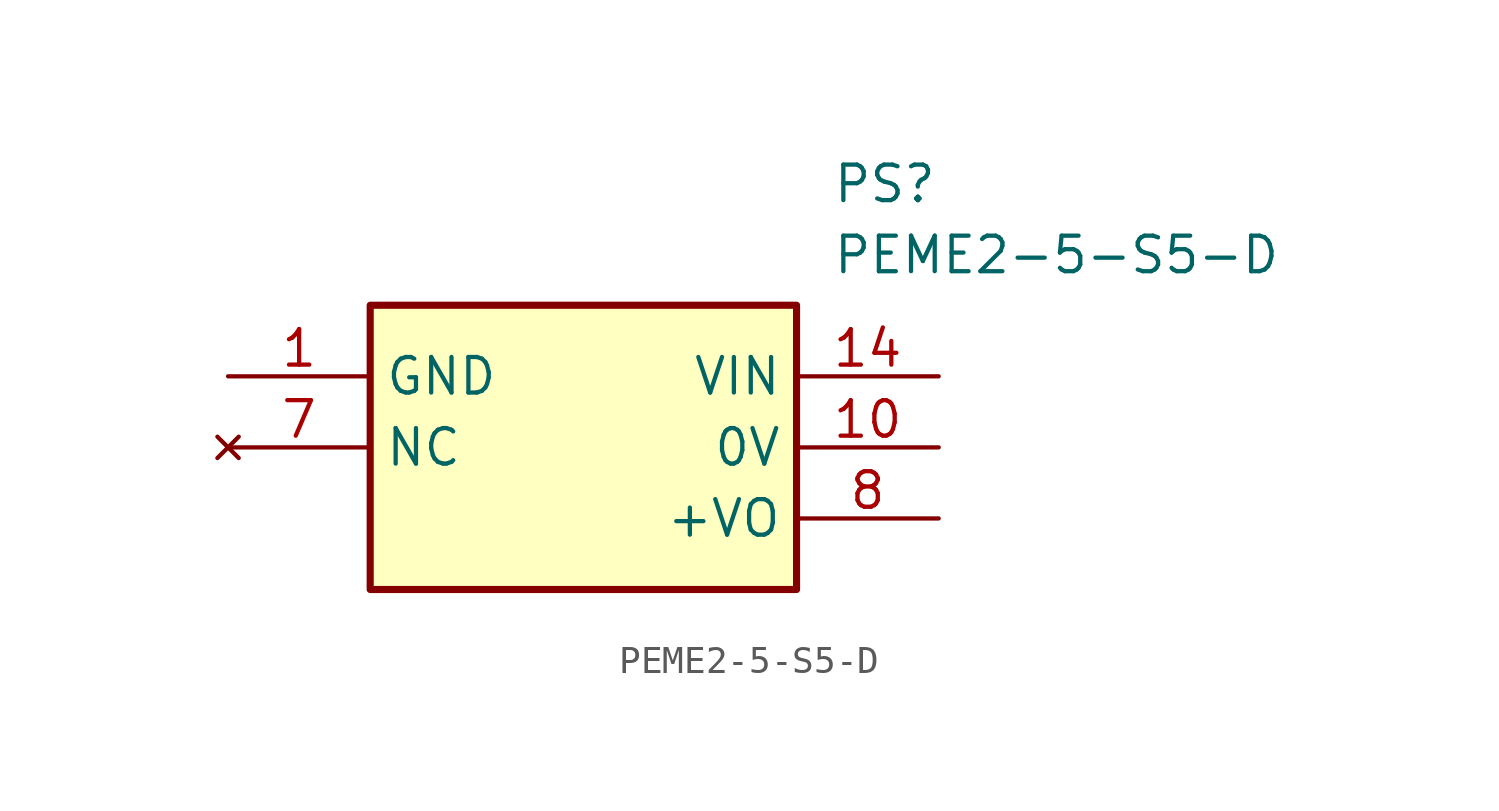
<source format=kicad_sym>
(kicad_symbol_lib
  (version 20211014)
  (generator SamacSys_ECAD_Model)
  (symbol "PEME2-5-S5-D"
    (property "Reference" "PS"
      (at 21.59 7.62 0)
      (effects (font (size 1.27 1.27)) (justify left top)))
    (property "Value" "PEME2-5-S5-D"
      (at 21.59 5.08 0)
      (effects (font (size 1.27 1.27)) (justify left top)))
    (rectangle
      (start 5.08 2.54)
      (end 20.32 -7.62)
      (stroke (width 0.254) (type default))
      (fill (type background)))
    (pin passive line
      (at 0 0 0)
      (length 5.08)
      (name "GND" (effects (font (size 1.27 1.27))))
      (number "1" (effects (font (size 1.27 1.27)))))
    (pin no_connect line
      (at 0 -2.54 0)
      (length 5.08)
      (name "NC" (effects (font (size 1.27 1.27))))
      (number "7" (effects (font (size 1.27 1.27)))))
    (pin passive line
      (at 25.4 -5.08 180)
      (length 5.08)
      (name "+VO" (effects (font (size 1.27 1.27))))
      (number "8" (effects (font (size 1.27 1.27)))))
    (pin passive line
      (at 25.4 -2.54 180)
      (length 5.08)
      (name "0V" (effects (font (size 1.27 1.27))))
      (number "10" (effects (font (size 1.27 1.27)))))
    (pin passive line
      (at 25.4 0 180)
      (length 5.08)
      (name "VIN" (effects (font (size 1.27 1.27))))
      (number "14" (effects (font (size 1.27 1.27)))))))
</source>
